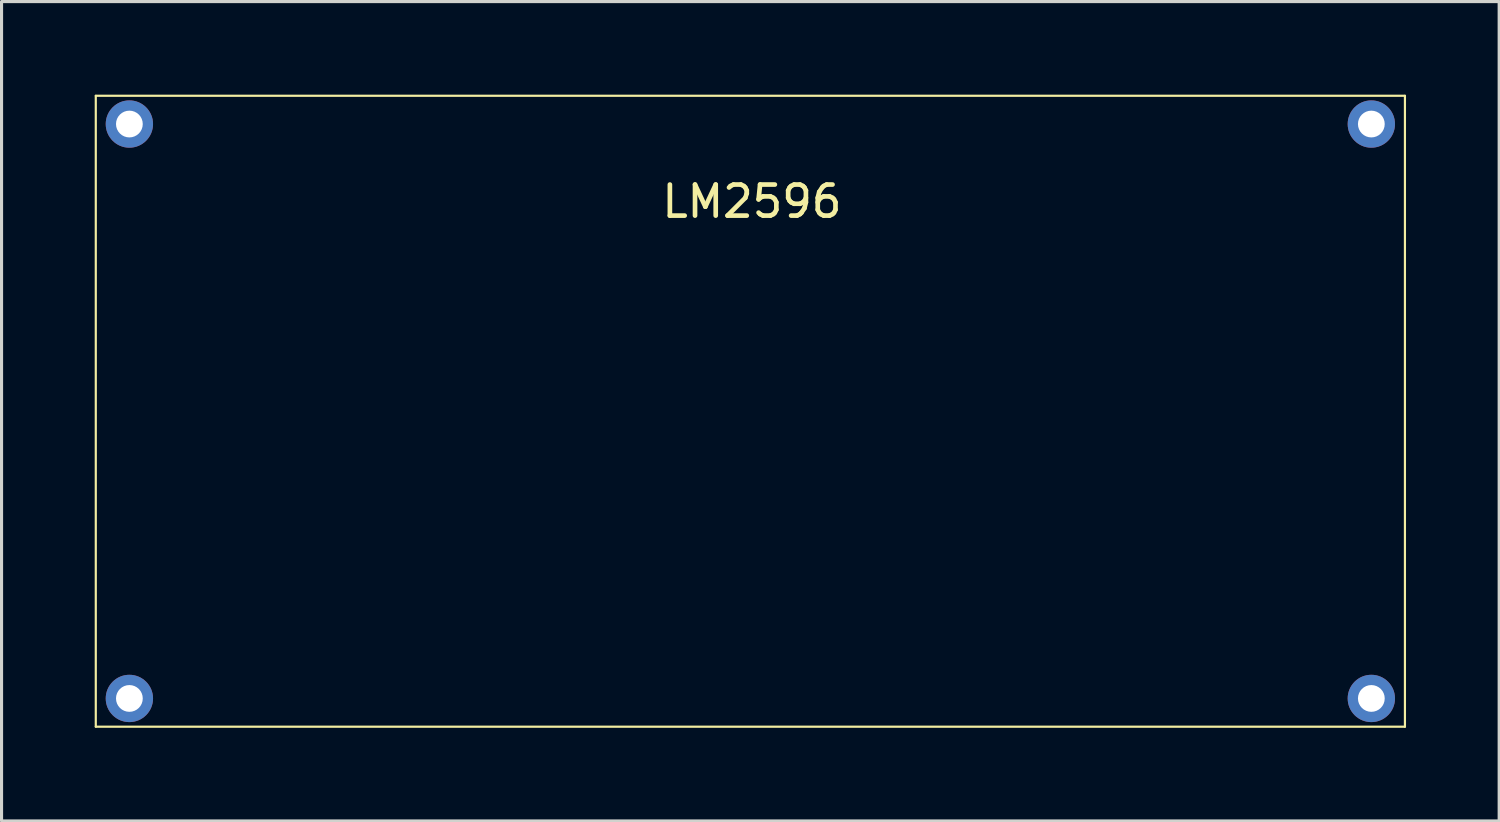
<source format=kicad_pcb>
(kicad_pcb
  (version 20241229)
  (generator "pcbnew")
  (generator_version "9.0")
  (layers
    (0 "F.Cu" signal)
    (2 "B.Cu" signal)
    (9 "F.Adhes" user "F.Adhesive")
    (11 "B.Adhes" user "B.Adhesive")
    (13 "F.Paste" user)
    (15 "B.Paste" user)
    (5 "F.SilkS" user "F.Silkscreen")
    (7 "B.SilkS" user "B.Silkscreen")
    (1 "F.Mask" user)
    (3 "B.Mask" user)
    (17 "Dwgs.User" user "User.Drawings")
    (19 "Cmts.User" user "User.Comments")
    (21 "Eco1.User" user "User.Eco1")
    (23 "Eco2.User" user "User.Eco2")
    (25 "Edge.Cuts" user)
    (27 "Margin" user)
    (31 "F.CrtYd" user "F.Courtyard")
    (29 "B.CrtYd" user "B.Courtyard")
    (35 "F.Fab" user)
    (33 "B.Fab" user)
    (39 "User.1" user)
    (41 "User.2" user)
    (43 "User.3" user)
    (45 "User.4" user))
  (footprint "LM2596"
    (layer "F.Cu")
    (at 21.117 10.195)
    (property "Reference" "LM2596" (at 0.051 -6.756 0) (layer "F.SilkS") (effects (font (size 1 1) (thickness 0.15))))
    (attr through_hole)
    (fp_line (start -21.082 -10.16) (end 21.082 -10.16) (stroke (width 0.07) (type solid)) (layer "F.SilkS"))
    (fp_line (start -21.082 10.16) (end -21.082 -10.16) (stroke (width 0.07) (type solid)) (layer "F.SilkS"))
    (fp_line (start 21.082 -10.16) (end 21.082 10.16) (stroke (width 0.07) (type solid)) (layer "F.SilkS"))
    (fp_line (start 21.082 10.16) (end -21.082 10.16) (stroke (width 0.07) (type solid)) (layer "F.SilkS"))
    (pad "1" thru_hole circle (at -20 -9.25) (size 1.524 1.524) (drill 0.862) (layers "*.Cu" "*.Mask"))
    (pad "2" thru_hole circle (at 20 -9.25) (size 1.524 1.524) (drill 0.862) (layers "*.Cu" "*.Mask"))
    (pad "3" thru_hole circle (at -20 9.25) (size 1.524 1.524) (drill 0.862) (layers "*.Cu" "*.Mask"))
    (pad "4" thru_hole circle (at 20 9.25) (size 1.524 1.524) (drill 0.862) (layers "*.Cu" "*.Mask")))
  (gr_rect
    (start -3 -3)
    (end 45.234 23.39)
    (stroke (width 0.1) (type default))
    (fill no)
    (layer "Edge.Cuts")))
</source>
